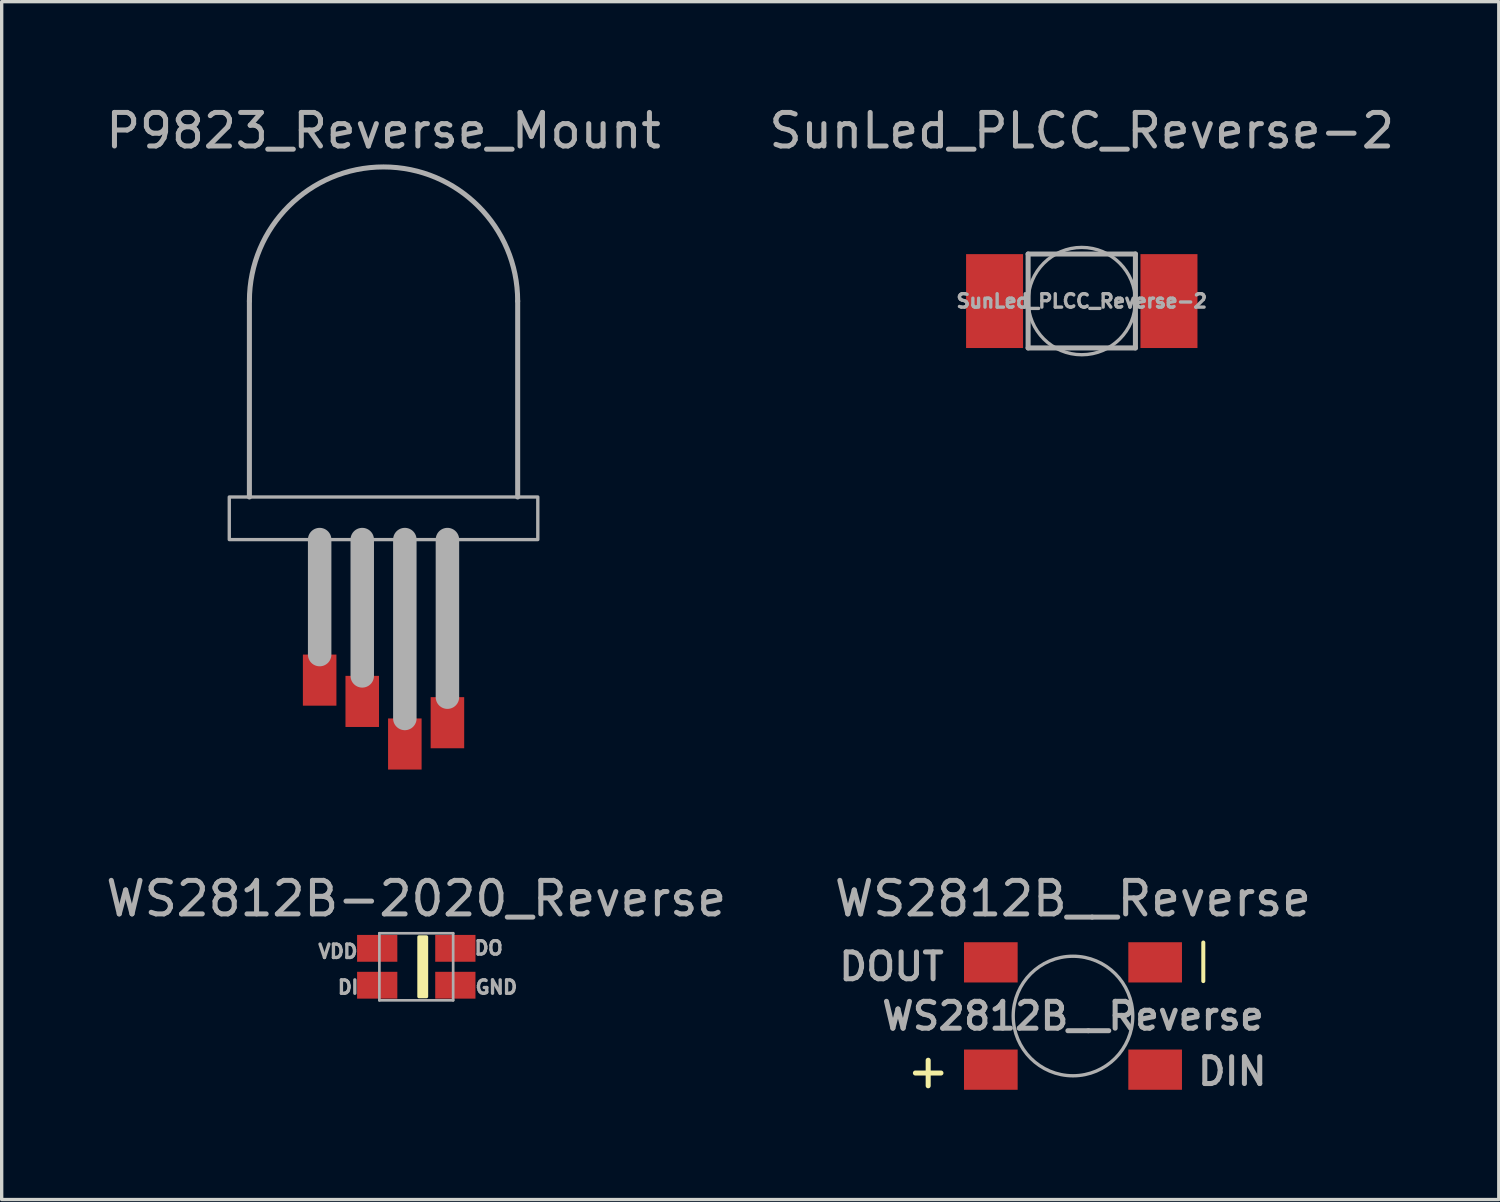
<source format=kicad_pcb>
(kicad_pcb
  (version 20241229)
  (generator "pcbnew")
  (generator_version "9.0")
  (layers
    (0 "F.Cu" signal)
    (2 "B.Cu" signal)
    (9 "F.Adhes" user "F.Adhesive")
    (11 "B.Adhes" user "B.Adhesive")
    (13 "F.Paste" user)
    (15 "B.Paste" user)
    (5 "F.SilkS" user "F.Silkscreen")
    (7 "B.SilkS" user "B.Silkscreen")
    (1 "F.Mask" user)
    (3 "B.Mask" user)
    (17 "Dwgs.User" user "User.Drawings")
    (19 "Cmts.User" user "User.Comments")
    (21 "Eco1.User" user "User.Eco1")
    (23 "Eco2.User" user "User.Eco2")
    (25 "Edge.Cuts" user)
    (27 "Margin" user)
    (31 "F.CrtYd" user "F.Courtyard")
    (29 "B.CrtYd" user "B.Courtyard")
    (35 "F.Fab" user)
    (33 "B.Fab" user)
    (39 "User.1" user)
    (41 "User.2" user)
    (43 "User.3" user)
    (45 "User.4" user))
  (footprint "SunLed_PLCC_Reverse-2"
    (layer "F.Cu")
    (at 29.208 5.928)
    (property "Reference" "SunLed_PLCC_Reverse-2" (at 0 -5.08 0) (layer "F.Fab") (effects (font (size 1 1) (thickness 0.15))))
    (attr smd)
    (fp_line (start -1.6 -1.403) (end -1.6 1.397) (stroke (width 0.15) (type solid)) (layer "F.Fab"))
    (fp_line (start -1.6 -1.403) (end 1.6 -1.403) (stroke (width 0.15) (type solid)) (layer "F.Fab"))
    (fp_line (start -1.6 1.397) (end 1.6 1.397) (stroke (width 0.15) (type solid)) (layer "F.Fab"))
    (fp_line (start 1.6 -1.403) (end 1.6 1.397) (stroke (width 0.15) (type solid)) (layer "F.Fab"))
    (fp_circle (center 0 0) (end 1.6 0) (stroke (width 0.1) (type solid)) (fill no) (layer "F.Fab"))
    (fp_text user "${REFERENCE}" (at 0 0 0) (layer "F.Fab") (effects (font (size 0.4 0.4) (thickness 0.1))))
    (pad "1" smd rect (at -2.6 0) (size 1.7 2.8) (layers "F.Cu" "F.Mask" "F.Paste"))
    (pad "2" smd rect (at 2.6 0) (size 1.7 2.8) (layers "F.Cu" "F.Mask" "F.Paste")))
  (footprint "WS2812B__Reverse"
    (layer "F.Cu")
    (at 28.946 27.247)
    (property "Reference" "WS2812B__Reverse" (at 0 -3.5 0) (layer "F.Fab") (effects (font (size 1 1) (thickness 0.15))))
    (attr smd)
    (fp_line (start 3.886 -1.041) (end 3.886 -2.191) (stroke (width 0.12) (type solid)) (layer "F.SilkS"))
    (fp_circle (center 0 0) (end 0.127 -1.778) (stroke (width 0.1) (type solid)) (fill no) (layer "F.Fab"))
    (fp_text user "+" (at -4.318 1.626 0) (layer "F.SilkS") (effects (font (size 1 1) (thickness 0.15))))
    (fp_text user "${REFERENCE}" (at 0 0 0) (layer "F.Fab") (effects (font (size 0.8 0.8) (thickness 0.15))))
    (fp_text user "DOUT" (at -5.41 -1.473 0) (layer "F.Fab") (effects (font (size 0.8 0.8) (thickness 0.15))))
    (fp_text user "DIN" (at 4.75 1.651 0) (layer "F.Fab") (effects (font (size 0.8 0.8) (thickness 0.15))))
    (pad "1" smd rect (at -2.45 1.6) (size 1.6 1.2) (layers "F.Cu" "F.Mask" "F.Paste"))
    (pad "2" smd rect (at -2.45 -1.6 180) (size 1.6 1.2) (layers "F.Cu" "F.Mask" "F.Paste"))
    (pad "3" smd rect (at 2.45 -1.6) (size 1.6 1.2) (layers "F.Cu" "F.Mask" "F.Paste"))
    (pad "4" smd rect (at 2.45 1.6) (size 1.6 1.2) (layers "F.Cu" "F.Mask" "F.Paste")))
  (footprint "WS2812B-2020_Reverse"
    (layer "F.Cu")
    (at 9.363 25.779)
    (property "Reference" "WS2812B-2020_Reverse" (at 0 -2.032 0) (layer "F.Fab") (effects (font (size 1 1) (thickness 0.15))))
    (attr through_hole)
    (fp_poly (pts (xy 0.081 -0.889) (xy 0.305 -0.889) (xy 0.305 0.889) (xy 0.081 0.889)) (stroke (width 0.1) (type solid)) (fill yes) (layer "F.SilkS"))
    (fp_line (start -1.1 1) (end -1.1 -1) (stroke (width 0.08) (type solid)) (layer "F.Fab"))
    (fp_line (start 1.1 -1) (end -1.1 -1) (stroke (width 0.08) (type solid)) (layer "F.Fab"))
    (fp_line (start 1.1 1) (end -1.1 1) (stroke (width 0.08) (type solid)) (layer "F.Fab"))
    (fp_line (start 1.1 1) (end 1.1 -1) (stroke (width 0.08) (type solid)) (layer "F.Fab"))
    (fp_text user "GND" (at 2.388 0.61 0) (layer "F.Fab") (effects (font (size 0.4 0.4) (thickness 0.1))))
    (fp_text user "DO" (at 2.159 -0.559 0) (layer "F.Fab") (effects (font (size 0.4 0.4) (thickness 0.1))))
    (fp_text user "DI" (at -2.032 0.61 0) (layer "F.Fab") (effects (font (size 0.4 0.4) (thickness 0.1))))
    (fp_text user "VDD" (at -2.337 -0.457 0) (layer "F.Fab") (effects (font (size 0.4 0.4) (thickness 0.1))))
    (pad "1" smd rect (at 1.165 -0.55) (size 1.2 0.8) (layers "F.Cu" "F.Mask" "F.Paste"))
    (pad "2" smd rect (at 1.165 0.55) (size 1.2 0.8) (layers "F.Cu" "F.Mask" "F.Paste"))
    (pad "3" smd rect (at -1.165 0.55) (size 1.2 0.8) (layers "F.Cu" "F.Mask" "F.Paste"))
    (pad "4" smd rect (at -1.165 -0.55) (size 1.2 0.8) (layers "F.Cu" "F.Mask" "F.Paste")))
  (footprint "P9823_Reverse_Mount"
    (layer "F.Cu")
    (at 8.387 15.834)
    (property "Reference" "P9823_Reverse_Mount" (at 0 -14.986 0) (layer "F.Fab") (effects (font (size 1 1) (thickness 0.15))))
    (attr through_hole)
    (fp_line (start -4 -9.906) (end -4 -4.064) (stroke (width 0.15) (type solid)) (layer "F.Fab"))
    (fp_line (start -1.905 -2.794) (end -1.905 0.635) (stroke (width 0.7) (type solid)) (layer "F.Fab"))
    (fp_line (start -0.635 -2.794) (end -0.635 1.27) (stroke (width 0.7) (type solid)) (layer "F.Fab"))
    (fp_line (start 0.635 -2.794) (end 0.635 2.54) (stroke (width 0.7) (type solid)) (layer "F.Fab"))
    (fp_line (start 1.905 -2.794) (end 1.905 1.905) (stroke (width 0.7) (type solid)) (layer "F.Fab"))
    (fp_line (start 4 -9.906) (end 4 -4.064) (stroke (width 0.15) (type solid)) (layer "F.Fab"))
    (fp_arc (start -4 -9.906) (mid 0 -13.906) (end 4 -9.906) (stroke (width 0.15) (type solid)) (layer "F.Fab"))
    (fp_poly (pts (xy 4.6 -2.794) (xy 4.6 -4.064) (xy -4.6 -4.064) (xy -4.6 -2.794)) (stroke (width 0.1) (type solid)) (fill no) (layer "F.Fab"))
    (pad "1" smd rect (at 0.635 3.302) (size 1 1.524) (layers "F.Cu" "F.Mask" "F.Paste"))
    (pad "2" smd rect (at 1.905 2.667 180) (size 1 1.524) (layers "F.Cu" "F.Mask" "F.Paste"))
    (pad "3" smd rect (at -0.635 2.032) (size 1 1.524) (layers "F.Cu" "F.Mask" "F.Paste"))
    (pad "4" smd rect (at -1.905 1.397 180) (size 1 1.524) (layers "F.Cu" "F.Mask" "F.Paste")))
  (gr_rect
    (start -3 -3)
    (end 41.643 32.72)
    (stroke (width 0.1) (type default))
    (fill no)
    (layer "Edge.Cuts")))
</source>
